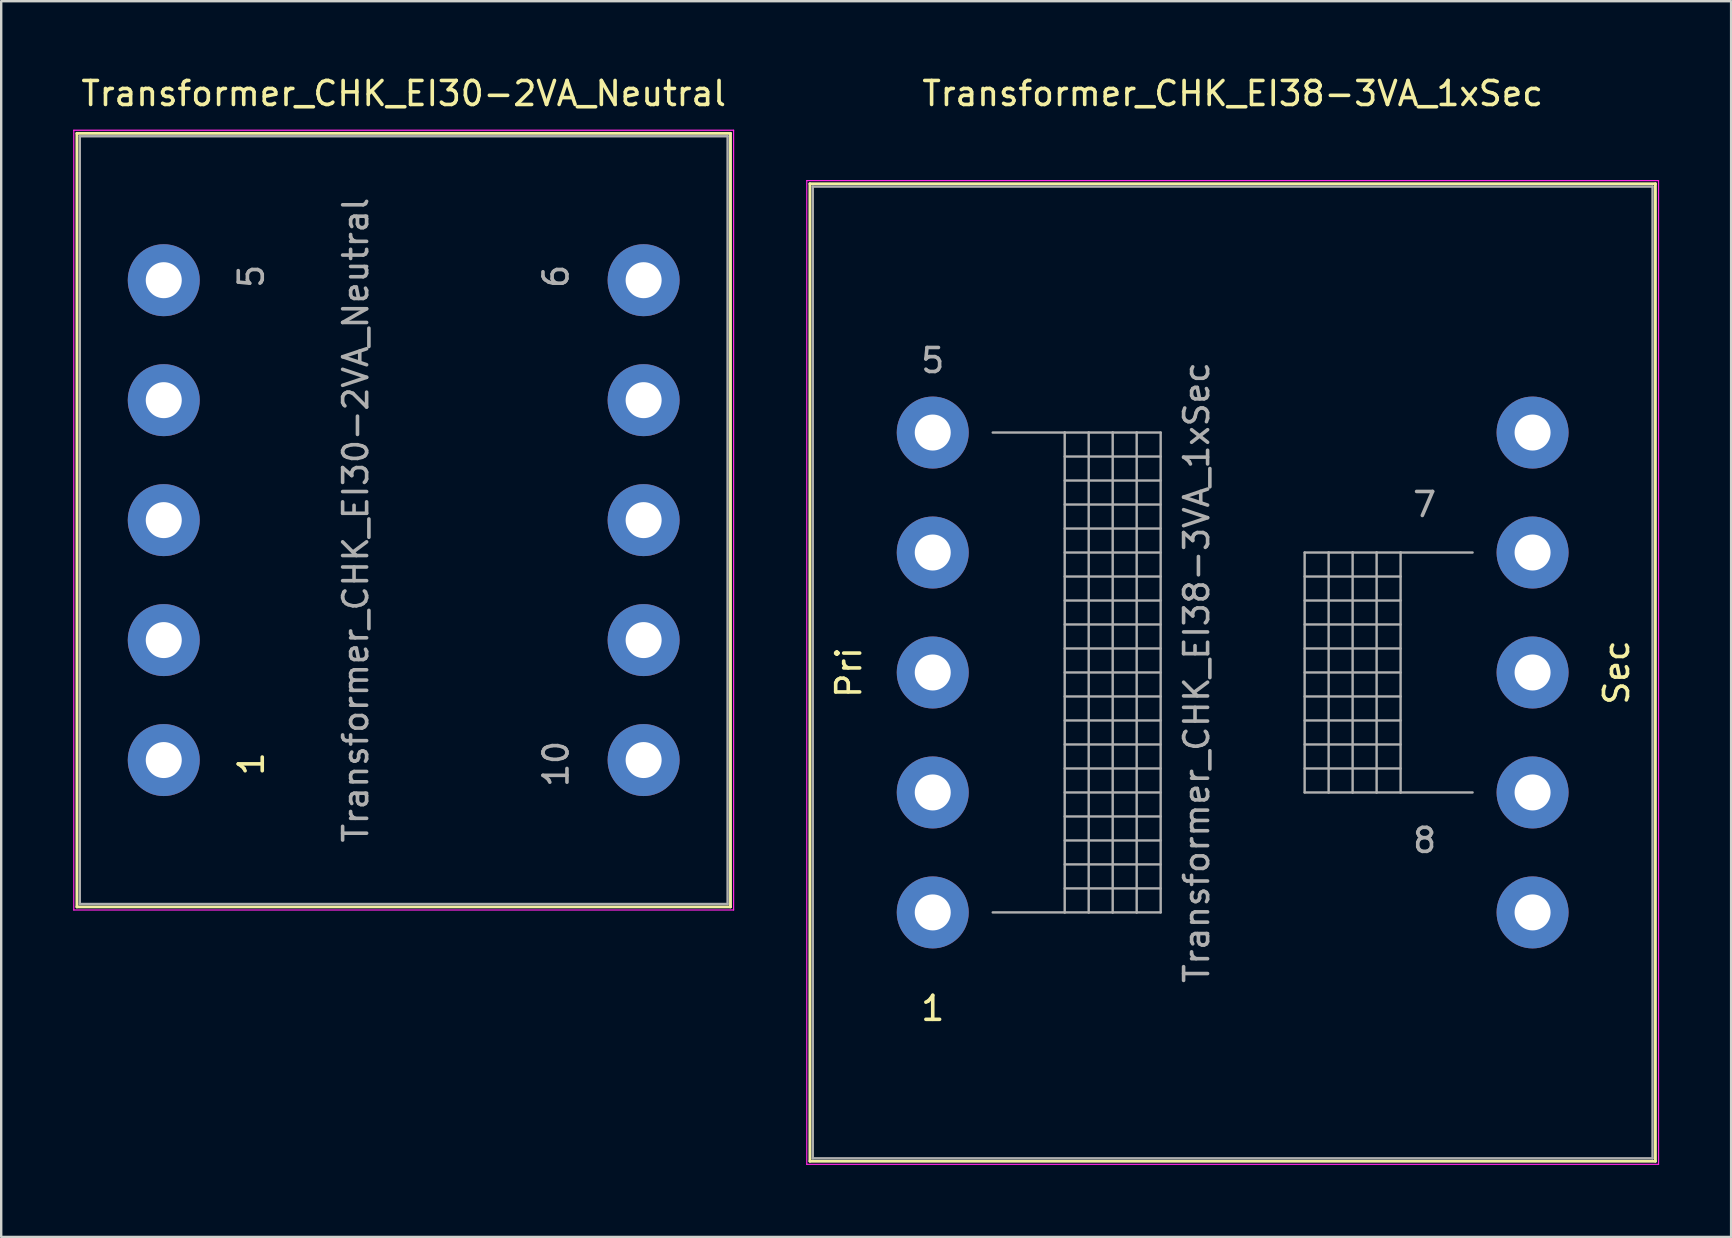
<source format=kicad_pcb>
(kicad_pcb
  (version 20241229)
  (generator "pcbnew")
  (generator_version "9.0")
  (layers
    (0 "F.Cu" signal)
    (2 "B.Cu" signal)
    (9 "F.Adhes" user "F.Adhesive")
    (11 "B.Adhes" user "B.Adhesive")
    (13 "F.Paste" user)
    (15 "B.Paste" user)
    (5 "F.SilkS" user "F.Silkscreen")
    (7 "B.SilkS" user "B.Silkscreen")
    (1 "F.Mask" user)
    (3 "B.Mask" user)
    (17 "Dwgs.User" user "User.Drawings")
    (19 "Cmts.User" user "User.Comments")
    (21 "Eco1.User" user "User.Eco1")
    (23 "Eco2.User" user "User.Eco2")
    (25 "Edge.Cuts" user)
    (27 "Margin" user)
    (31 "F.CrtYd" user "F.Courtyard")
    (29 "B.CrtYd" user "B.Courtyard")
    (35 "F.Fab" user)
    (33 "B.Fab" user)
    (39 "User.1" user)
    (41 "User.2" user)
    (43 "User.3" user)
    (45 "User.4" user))
  (footprint "Transformer_CHK_EI38-3VA_1xSec"
    (layer "F.Cu")
    (at 35.825 34.978)
    (property "Reference" "Transformer_CHK_EI38-3VA_1xSec" (at 12.5 -34.13 0) (layer "F.SilkS") (effects (font (size 1 1) (thickness 0.15))))
    (attr through_hole)
    (fp_line (start -5.12 -30.37) (end -5.12 10.37) (stroke (width 0.12) (type solid)) (layer "F.SilkS"))
    (fp_line (start -5.12 -30.37) (end 30.12 -30.37) (stroke (width 0.12) (type solid)) (layer "F.SilkS"))
    (fp_line (start 30.12 10.37) (end -5.12 10.37) (stroke (width 0.12) (type solid)) (layer "F.SilkS"))
    (fp_line (start 30.12 10.37) (end 30.12 -30.37) (stroke (width 0.12) (type solid)) (layer "F.SilkS"))
    (fp_line (start -5.25 -30.5) (end -5.25 10.5) (stroke (width 0.05) (type solid)) (layer "F.CrtYd"))
    (fp_line (start -5.25 -30.5) (end 30.25 -30.5) (stroke (width 0.05) (type solid)) (layer "F.CrtYd"))
    (fp_line (start 30.25 10.5) (end -5.25 10.5) (stroke (width 0.05) (type solid)) (layer "F.CrtYd"))
    (fp_line (start 30.25 10.5) (end 30.25 -30.5) (stroke (width 0.05) (type solid)) (layer "F.CrtYd"))
    (fp_line (start -5 -30.25) (end -5 10.25) (stroke (width 0.1) (type solid)) (layer "F.Fab"))
    (fp_line (start -5 10.25) (end 30 10.25) (stroke (width 0.1) (type solid)) (layer "F.Fab"))
    (fp_line (start 2.5 -20) (end 5.5 -20) (stroke (width 0.1) (type solid)) (layer "F.Fab"))
    (fp_line (start 5.5 -20) (end 5.5 0) (stroke (width 0.1) (type solid)) (layer "F.Fab"))
    (fp_line (start 5.5 -20) (end 6.5 -20) (stroke (width 0.1) (type solid)) (layer "F.Fab"))
    (fp_line (start 5.5 -19) (end 9.5 -19) (stroke (width 0.1) (type solid)) (layer "F.Fab"))
    (fp_line (start 5.5 -18) (end 9.5 -18) (stroke (width 0.1) (type solid)) (layer "F.Fab"))
    (fp_line (start 5.5 -17) (end 9.5 -17) (stroke (width 0.1) (type solid)) (layer "F.Fab"))
    (fp_line (start 5.5 -16) (end 9.5 -16) (stroke (width 0.1) (type solid)) (layer "F.Fab"))
    (fp_line (start 5.5 -15) (end 9.5 -15) (stroke (width 0.1) (type solid)) (layer "F.Fab"))
    (fp_line (start 5.5 -14) (end 9.5 -14) (stroke (width 0.1) (type solid)) (layer "F.Fab"))
    (fp_line (start 5.5 -13) (end 9.5 -13) (stroke (width 0.1) (type solid)) (layer "F.Fab"))
    (fp_line (start 5.5 -12) (end 9.5 -12) (stroke (width 0.1) (type solid)) (layer "F.Fab"))
    (fp_line (start 5.5 -11) (end 9.5 -11) (stroke (width 0.1) (type solid)) (layer "F.Fab"))
    (fp_line (start 5.5 -10) (end 9.5 -10) (stroke (width 0.1) (type solid)) (layer "F.Fab"))
    (fp_line (start 5.5 -9) (end 9.5 -9) (stroke (width 0.1) (type solid)) (layer "F.Fab"))
    (fp_line (start 5.5 -8) (end 9.5 -8) (stroke (width 0.1) (type solid)) (layer "F.Fab"))
    (fp_line (start 5.5 -7) (end 9.5 -7) (stroke (width 0.1) (type solid)) (layer "F.Fab"))
    (fp_line (start 5.5 -6) (end 9.5 -6) (stroke (width 0.1) (type solid)) (layer "F.Fab"))
    (fp_line (start 5.5 -5) (end 9.5 -5) (stroke (width 0.1) (type solid)) (layer "F.Fab"))
    (fp_line (start 5.5 -4) (end 9.5 -4) (stroke (width 0.1) (type solid)) (layer "F.Fab"))
    (fp_line (start 5.5 -3) (end 9.5 -3) (stroke (width 0.1) (type solid)) (layer "F.Fab"))
    (fp_line (start 5.5 -2) (end 9.5 -2) (stroke (width 0.1) (type solid)) (layer "F.Fab"))
    (fp_line (start 5.5 -1) (end 9.5 -1) (stroke (width 0.1) (type solid)) (layer "F.Fab"))
    (fp_line (start 5.5 0) (end 2.5 0) (stroke (width 0.1) (type solid)) (layer "F.Fab"))
    (fp_line (start 6.5 -20) (end 6.5 0) (stroke (width 0.1) (type solid)) (layer "F.Fab"))
    (fp_line (start 6.5 -20) (end 7.5 -20) (stroke (width 0.1) (type solid)) (layer "F.Fab"))
    (fp_line (start 6.5 0) (end 5.5 0) (stroke (width 0.1) (type solid)) (layer "F.Fab"))
    (fp_line (start 7.5 -20) (end 7.5 0) (stroke (width 0.1) (type solid)) (layer "F.Fab"))
    (fp_line (start 7.5 -20) (end 8.5 -20) (stroke (width 0.1) (type solid)) (layer "F.Fab"))
    (fp_line (start 7.5 0) (end 6.5 0) (stroke (width 0.1) (type solid)) (layer "F.Fab"))
    (fp_line (start 8.5 -20) (end 8.5 0) (stroke (width 0.1) (type solid)) (layer "F.Fab"))
    (fp_line (start 8.5 -20) (end 9.5 -20) (stroke (width 0.1) (type solid)) (layer "F.Fab"))
    (fp_line (start 8.5 0) (end 7.5 0) (stroke (width 0.1) (type solid)) (layer "F.Fab"))
    (fp_line (start 9.5 -20) (end 9.5 0) (stroke (width 0.1) (type solid)) (layer "F.Fab"))
    (fp_line (start 9.5 0) (end 8.5 0) (stroke (width 0.1) (type solid)) (layer "F.Fab"))
    (fp_line (start 15.5 -15) (end 15.5 -5) (stroke (width 0.1) (type solid)) (layer "F.Fab"))
    (fp_line (start 15.5 -14) (end 19.5 -14) (stroke (width 0.1) (type solid)) (layer "F.Fab"))
    (fp_line (start 15.5 -12) (end 19.5 -12) (stroke (width 0.1) (type solid)) (layer "F.Fab"))
    (fp_line (start 15.5 -10) (end 19.5 -10) (stroke (width 0.1) (type solid)) (layer "F.Fab"))
    (fp_line (start 15.5 -8) (end 19.5 -8) (stroke (width 0.1) (type solid)) (layer "F.Fab"))
    (fp_line (start 15.5 -6) (end 19.5 -6) (stroke (width 0.1) (type solid)) (layer "F.Fab"))
    (fp_line (start 15.5 -5) (end 16.5 -5) (stroke (width 0.1) (type solid)) (layer "F.Fab"))
    (fp_line (start 16.5 -15) (end 15.5 -15) (stroke (width 0.1) (type solid)) (layer "F.Fab"))
    (fp_line (start 16.5 -15) (end 16.5 -5) (stroke (width 0.1) (type solid)) (layer "F.Fab"))
    (fp_line (start 16.5 -5) (end 17.5 -5) (stroke (width 0.1) (type solid)) (layer "F.Fab"))
    (fp_line (start 17.5 -15) (end 16.5 -15) (stroke (width 0.1) (type solid)) (layer "F.Fab"))
    (fp_line (start 17.5 -15) (end 17.5 -5) (stroke (width 0.1) (type solid)) (layer "F.Fab"))
    (fp_line (start 17.5 -5) (end 18.5 -5) (stroke (width 0.1) (type solid)) (layer "F.Fab"))
    (fp_line (start 18.5 -15) (end 17.5 -15) (stroke (width 0.1) (type solid)) (layer "F.Fab"))
    (fp_line (start 18.5 -15) (end 18.5 -5) (stroke (width 0.1) (type solid)) (layer "F.Fab"))
    (fp_line (start 18.5 -5) (end 19.5 -5) (stroke (width 0.1) (type solid)) (layer "F.Fab"))
    (fp_line (start 19.5 -15) (end 18.5 -15) (stroke (width 0.1) (type solid)) (layer "F.Fab"))
    (fp_line (start 19.5 -15) (end 19.5 -5) (stroke (width 0.1) (type solid)) (layer "F.Fab"))
    (fp_line (start 19.5 -13) (end 15.5 -13) (stroke (width 0.1) (type solid)) (layer "F.Fab"))
    (fp_line (start 19.5 -11) (end 15.5 -11) (stroke (width 0.1) (type solid)) (layer "F.Fab"))
    (fp_line (start 19.5 -9) (end 15.5 -9) (stroke (width 0.1) (type solid)) (layer "F.Fab"))
    (fp_line (start 19.5 -7) (end 15.5 -7) (stroke (width 0.1) (type solid)) (layer "F.Fab"))
    (fp_line (start 19.5 -5) (end 22.5 -5) (stroke (width 0.1) (type solid)) (layer "F.Fab"))
    (fp_line (start 22.5 -15) (end 19.5 -15) (stroke (width 0.1) (type solid)) (layer "F.Fab"))
    (fp_line (start 30 -30.25) (end -5 -30.25) (stroke (width 0.1) (type solid)) (layer "F.Fab"))
    (fp_line (start 30 10.25) (end 30 -30.25) (stroke (width 0.1) (type solid)) (layer "F.Fab"))
    (fp_text user "Pri" (at -3.5 -10 90) (layer "F.SilkS") (effects (font (size 1 1) (thickness 0.15))))
    (fp_text user "Sec" (at 28.5 -10 90) (layer "F.SilkS") (effects (font (size 1 1) (thickness 0.15))))
    (fp_text user "1" (at 0 4 0) (layer "F.SilkS") (effects (font (size 1 1) (thickness 0.15))))
    (fp_text user "7" (at 20.5 -17 0) (layer "F.Fab") (effects (font (size 1 1) (thickness 0.15))))
    (fp_text user "${REFERENCE}" (at 11 -10 90) (layer "F.Fab") (effects (font (size 1 1) (thickness 0.15))))
    (fp_text user "5" (at 0 -23 0) (layer "F.Fab") (effects (font (size 1 1) (thickness 0.15))))
    (fp_text user "8" (at 20.5 -3 0) (layer "F.Fab") (effects (font (size 1 1) (thickness 0.15))))
    (pad "1" thru_hole circle (at 0 0) (size 3 3) (drill 1.5) (layers "*.Cu" "*.Mask"))
    (pad "2" thru_hole circle (at 0 -5) (size 3 3) (drill 1.5) (layers "*.Cu" "*.Mask"))
    (pad "3" thru_hole circle (at 0 -10) (size 3 3) (drill 1.5) (layers "*.Cu" "*.Mask"))
    (pad "4" thru_hole circle (at 0 -15) (size 3 3) (drill 1.5) (layers "*.Cu" "*.Mask"))
    (pad "5" thru_hole circle (at 0 -20) (size 3 3) (drill 1.5) (layers "*.Cu" "*.Mask"))
    (pad "6" thru_hole circle (at 25 -20) (size 3 3) (drill 1.5) (layers "*.Cu" "*.Mask"))
    (pad "7" thru_hole circle (at 25 -15) (size 3 3) (drill 1.5) (layers "*.Cu" "*.Mask"))
    (pad "8" thru_hole circle (at 25 -10) (size 3 3) (drill 1.5) (layers "*.Cu" "*.Mask"))
    (pad "9" thru_hole circle (at 25 -5) (size 3 3) (drill 1.5) (layers "*.Cu" "*.Mask"))
    (pad "10" thru_hole circle (at 25 0) (size 3 3) (drill 1.5) (layers "*.Cu" "*.Mask")))
  (footprint "Transformer_CHK_EI30-2VA_Neutral"
    (layer "F.Cu")
    (at 3.775 28.628)
    (property "Reference" "Transformer_CHK_EI30-2VA_Neutral" (at 10 -27.78 0) (layer "F.SilkS") (effects (font (size 1 1) (thickness 0.15))))
    (attr through_hole)
    (fp_line (start -3.62 -26.12) (end -3.62 6.12) (stroke (width 0.12) (type solid)) (layer "F.SilkS"))
    (fp_line (start -3.62 -26.12) (end 23.62 -26.12) (stroke (width 0.12) (type solid)) (layer "F.SilkS"))
    (fp_line (start 23.62 6.12) (end -3.62 6.12) (stroke (width 0.12) (type solid)) (layer "F.SilkS"))
    (fp_line (start 23.62 6.12) (end 23.62 -26.12) (stroke (width 0.12) (type solid)) (layer "F.SilkS"))
    (fp_line (start -3.75 -26.25) (end -3.75 6.25) (stroke (width 0.05) (type solid)) (layer "F.CrtYd"))
    (fp_line (start -3.75 -26.25) (end 23.75 -26.25) (stroke (width 0.05) (type solid)) (layer "F.CrtYd"))
    (fp_line (start 23.75 6.25) (end -3.75 6.25) (stroke (width 0.05) (type solid)) (layer "F.CrtYd"))
    (fp_line (start 23.75 6.25) (end 23.75 -26.25) (stroke (width 0.05) (type solid)) (layer "F.CrtYd"))
    (fp_line (start -3.5 -26) (end -3.5 6) (stroke (width 0.1) (type solid)) (layer "F.Fab"))
    (fp_line (start -3.5 6) (end 23.5 6) (stroke (width 0.1) (type solid)) (layer "F.Fab"))
    (fp_line (start 23.5 -26) (end -3.5 -26) (stroke (width 0.1) (type solid)) (layer "F.Fab"))
    (fp_line (start 23.5 6) (end 23.5 -26) (stroke (width 0.1) (type solid)) (layer "F.Fab"))
    (fp_text user "1" (at 3.65 0.16 90) (layer "F.SilkS") (effects (font (size 1 1) (thickness 0.15))))
    (fp_text user "5" (at 3.65 -20.16 90) (layer "F.Fab") (effects (font (size 1 1) (thickness 0.15))))
    (fp_text user "6" (at 16.35 -20.16 90) (layer "F.Fab") (effects (font (size 1 1) (thickness 0.15))))
    (fp_text user "10" (at 16.35 0.16 90) (layer "F.Fab") (effects (font (size 1 1) (thickness 0.15))))
    (fp_text user "${REFERENCE}" (at 8 -10 90) (layer "F.Fab") (effects (font (size 1 1) (thickness 0.15))))
    (pad "1" thru_hole circle (at 0 0) (size 3 3) (drill 1.5) (layers "*.Cu" "*.Mask"))
    (pad "2" thru_hole circle (at 0 -5) (size 3 3) (drill 1.5) (layers "*.Cu" "*.Mask"))
    (pad "3" thru_hole circle (at 0 -10) (size 3 3) (drill 1.5) (layers "*.Cu" "*.Mask"))
    (pad "4" thru_hole circle (at 0 -15) (size 3 3) (drill 1.5) (layers "*.Cu" "*.Mask"))
    (pad "5" thru_hole circle (at 0 -20) (size 3 3) (drill 1.5) (layers "*.Cu" "*.Mask"))
    (pad "6" thru_hole circle (at 20 -20) (size 3 3) (drill 1.5) (layers "*.Cu" "*.Mask"))
    (pad "7" thru_hole circle (at 20 -15) (size 3 3) (drill 1.5) (layers "*.Cu" "*.Mask"))
    (pad "8" thru_hole circle (at 20 -10) (size 3 3) (drill 1.5) (layers "*.Cu" "*.Mask"))
    (pad "9" thru_hole circle (at 20 -5) (size 3 3) (drill 1.5) (layers "*.Cu" "*.Mask"))
    (pad "10" thru_hole circle (at 20 0) (size 3 3) (drill 1.5) (layers "*.Cu" "*.Mask")))
  (gr_rect
    (start -3 -3)
    (end 69.1 48.503)
    (stroke (width 0.1) (type default))
    (fill no)
    (layer "Edge.Cuts")))
</source>
